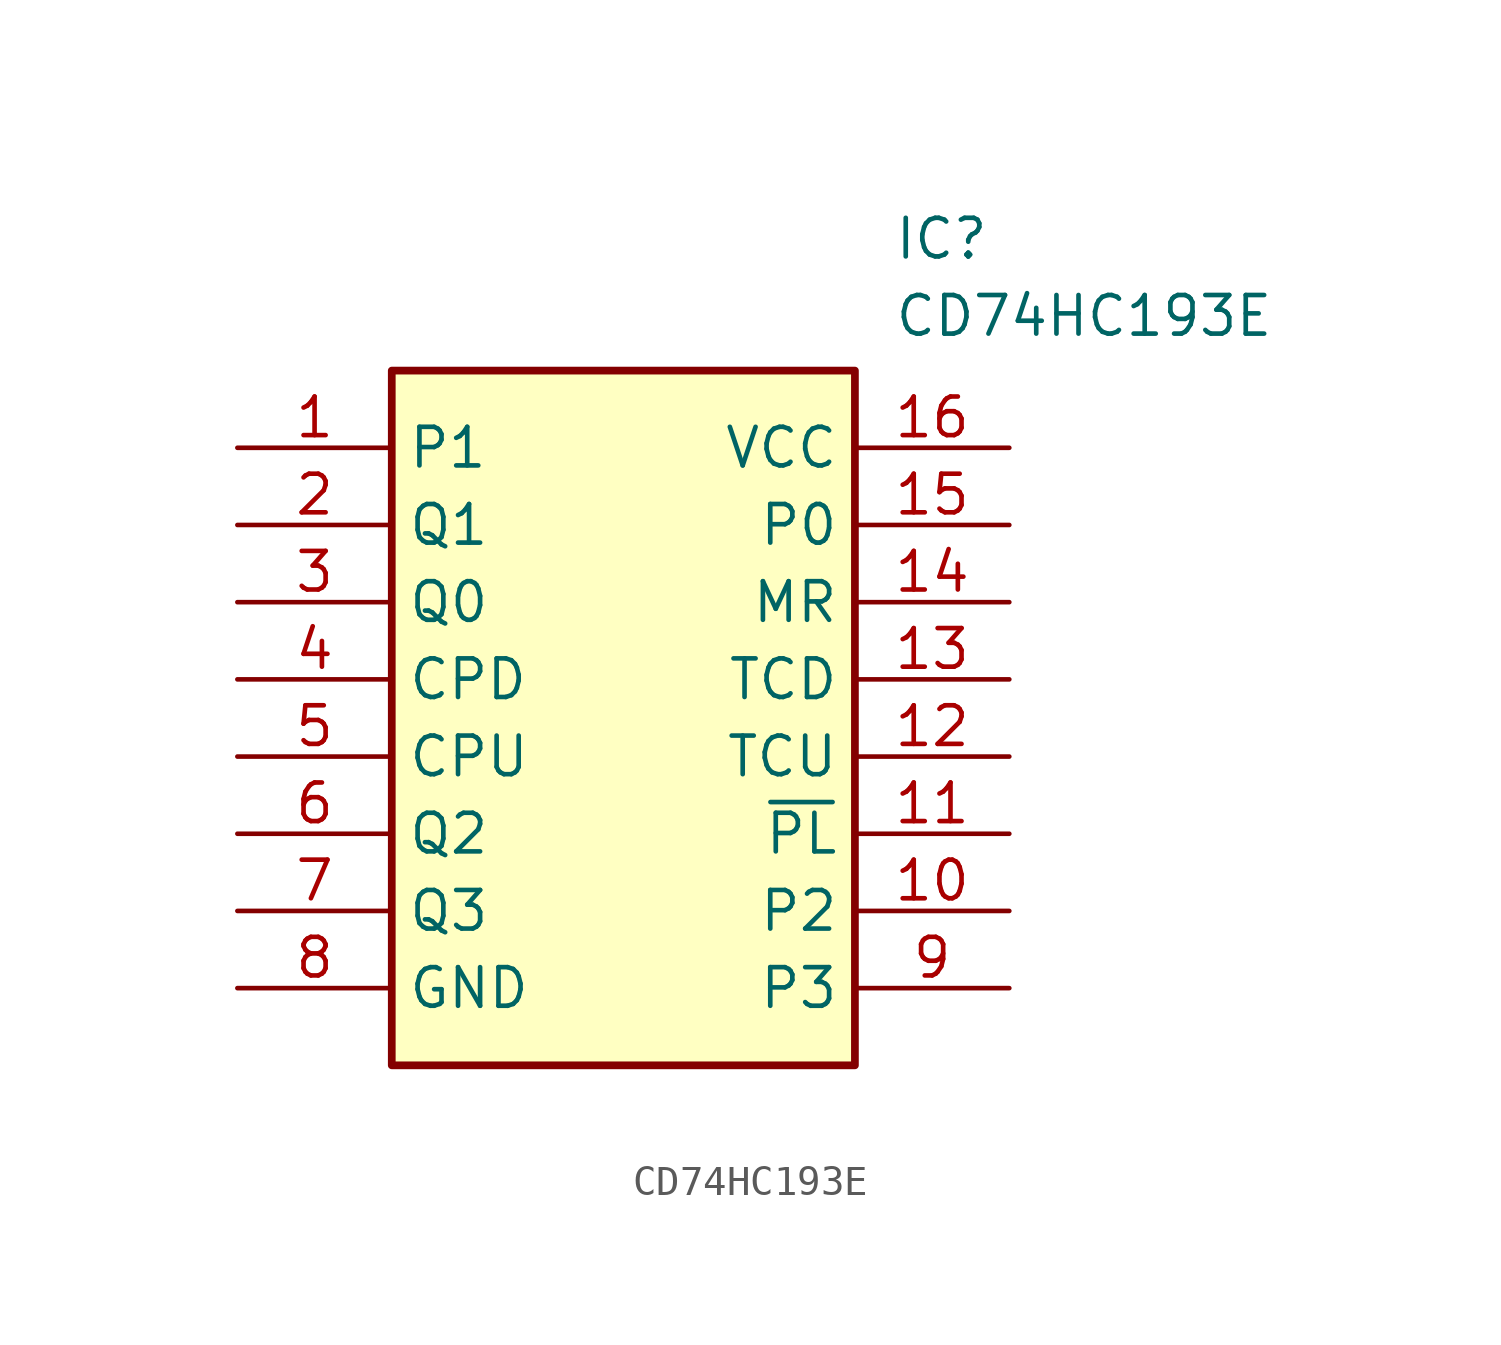
<source format=kicad_sym>
(kicad_symbol_lib
  (version 20211014)
  (generator SamacSys_ECAD_Model)
  (symbol "CD74HC193E"
    (property "Reference" "IC"
      (at 21.59 7.62 0)
      (effects (font (size 1.27 1.27)) (justify left top)))
    (property "Value" "CD74HC193E"
      (at 21.59 5.08 0)
      (effects (font (size 1.27 1.27)) (justify left top)))
    (rectangle
      (start 5.08 2.54)
      (end 20.32 -20.32)
      (stroke (width 0.254) (type default))
      (fill (type background)))
    (pin passive line
      (at 0 0 0)
      (length 5.08)
      (name "P1" (effects (font (size 1.27 1.27))))
      (number "1" (effects (font (size 1.27 1.27)))))
    (pin passive line
      (at 0 -2.54 0)
      (length 5.08)
      (name "Q1" (effects (font (size 1.27 1.27))))
      (number "2" (effects (font (size 1.27 1.27)))))
    (pin passive line
      (at 0 -5.08 0)
      (length 5.08)
      (name "Q0" (effects (font (size 1.27 1.27))))
      (number "3" (effects (font (size 1.27 1.27)))))
    (pin passive line
      (at 0 -7.62 0)
      (length 5.08)
      (name "CPD" (effects (font (size 1.27 1.27))))
      (number "4" (effects (font (size 1.27 1.27)))))
    (pin passive line
      (at 0 -10.16 0)
      (length 5.08)
      (name "CPU" (effects (font (size 1.27 1.27))))
      (number "5" (effects (font (size 1.27 1.27)))))
    (pin passive line
      (at 0 -12.7 0)
      (length 5.08)
      (name "Q2" (effects (font (size 1.27 1.27))))
      (number "6" (effects (font (size 1.27 1.27)))))
    (pin passive line
      (at 0 -15.24 0)
      (length 5.08)
      (name "Q3" (effects (font (size 1.27 1.27))))
      (number "7" (effects (font (size 1.27 1.27)))))
    (pin passive line
      (at 0 -17.78 0)
      (length 5.08)
      (name "GND" (effects (font (size 1.27 1.27))))
      (number "8" (effects (font (size 1.27 1.27)))))
    (pin passive line
      (at 25.4 0 180)
      (length 5.08)
      (name "VCC" (effects (font (size 1.27 1.27))))
      (number "16" (effects (font (size 1.27 1.27)))))
    (pin passive line
      (at 25.4 -2.54 180)
      (length 5.08)
      (name "P0" (effects (font (size 1.27 1.27))))
      (number "15" (effects (font (size 1.27 1.27)))))
    (pin passive line
      (at 25.4 -5.08 180)
      (length 5.08)
      (name "MR" (effects (font (size 1.27 1.27))))
      (number "14" (effects (font (size 1.27 1.27)))))
    (pin passive line
      (at 25.4 -7.62 180)
      (length 5.08)
      (name "TCD" (effects (font (size 1.27 1.27))))
      (number "13" (effects (font (size 1.27 1.27)))))
    (pin passive line
      (at 25.4 -10.16 180)
      (length 5.08)
      (name "TCU" (effects (font (size 1.27 1.27))))
      (number "12" (effects (font (size 1.27 1.27)))))
    (pin passive line
      (at 25.4 -12.7 180)
      (length 5.08)
      (name "~{PL}" (effects (font (size 1.27 1.27))))
      (number "11" (effects (font (size 1.27 1.27)))))
    (pin passive line
      (at 25.4 -15.24 180)
      (length 5.08)
      (name "P2" (effects (font (size 1.27 1.27))))
      (number "10" (effects (font (size 1.27 1.27)))))
    (pin passive line
      (at 25.4 -17.78 180)
      (length 5.08)
      (name "P3" (effects (font (size 1.27 1.27))))
      (number "9" (effects (font (size 1.27 1.27)))))))
</source>
